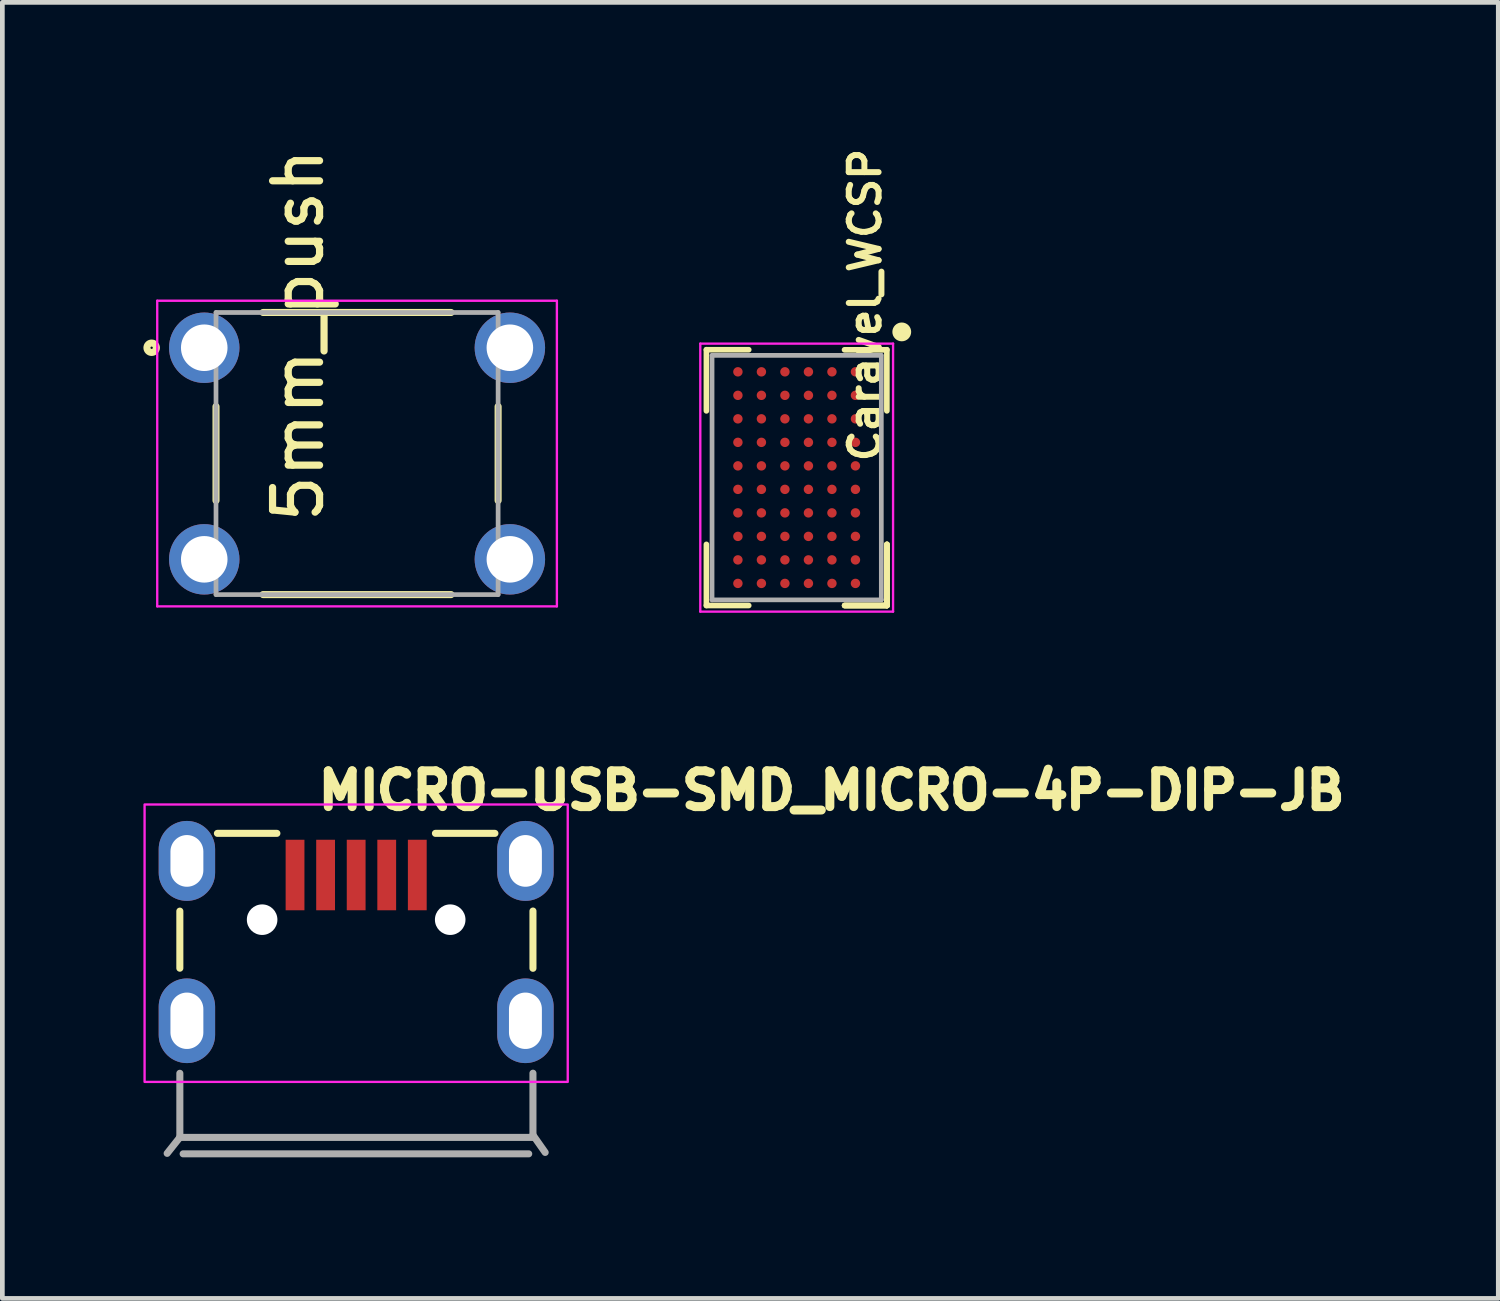
<source format=kicad_pcb>
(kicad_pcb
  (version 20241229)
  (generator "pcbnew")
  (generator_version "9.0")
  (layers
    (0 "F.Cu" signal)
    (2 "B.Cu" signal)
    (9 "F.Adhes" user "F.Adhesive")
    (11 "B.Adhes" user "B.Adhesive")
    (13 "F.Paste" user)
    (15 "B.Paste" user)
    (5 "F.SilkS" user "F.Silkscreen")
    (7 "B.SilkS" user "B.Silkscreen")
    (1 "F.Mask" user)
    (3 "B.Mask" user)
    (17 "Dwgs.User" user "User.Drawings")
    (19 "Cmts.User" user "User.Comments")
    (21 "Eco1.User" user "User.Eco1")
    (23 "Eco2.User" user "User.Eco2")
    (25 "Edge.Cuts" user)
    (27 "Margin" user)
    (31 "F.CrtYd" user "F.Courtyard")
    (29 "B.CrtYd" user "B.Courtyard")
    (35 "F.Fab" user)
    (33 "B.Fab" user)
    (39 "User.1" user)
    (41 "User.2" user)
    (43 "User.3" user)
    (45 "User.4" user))
  (footprint "MICRO-USB-SMD_MICRO-4P-DIP-JB"
    (layer "F.Cu")
    (at 4.525 16.96)
    (property "Reference" "MICRO-USB-SMD_MICRO-4P-DIP-JB" (at -0.9 -3.197 0) (unlocked yes) (layer "F.SilkS") (effects (font (size 0.762 0.762) (thickness 0.191)) (justify left)))
    (attr smd)
    (fp_line (start -3.75 -0.632) (end -3.75 0.582) (stroke (width 0.15) (type solid)) (layer "F.SilkS"))
    (fp_line (start -1.686 -2.286) (end -2.951 -2.286) (stroke (width 0.15) (type solid)) (layer "F.SilkS"))
    (fp_line (start 2.951 -2.286) (end 1.686 -2.286) (stroke (width 0.15) (type solid)) (layer "F.SilkS"))
    (fp_line (start 3.76 -0.634) (end 3.76 0.584) (stroke (width 0.15) (type solid)) (layer "F.SilkS"))
    (fp_poly (pts (xy -1.1 -0.65) (xy -1.1 -2.15) (xy -1.5 -2.15) (xy -1.5 -0.65)) (stroke (width 0.15) (type solid)) (fill yes) (layer "F.Paste"))
    (fp_poly (pts (xy -0.85 -2.15) (xy -0.85 -0.65) (xy -0.45 -0.65) (xy -0.45 -2.15)) (stroke (width 0.15) (type solid)) (fill yes) (layer "F.Paste"))
    (fp_poly (pts (xy 0.2 -0.65) (xy 0.2 -2.15) (xy -0.2 -2.15) (xy -0.2 -0.65)) (stroke (width 0.15) (type solid)) (fill yes) (layer "F.Paste"))
    (fp_poly (pts (xy 0.85 -0.65) (xy 0.85 -2.15) (xy 0.45 -2.15) (xy 0.45 -0.65)) (stroke (width 0.15) (type solid)) (fill yes) (layer "F.Paste"))
    (fp_poly (pts (xy 1.5 -0.65) (xy 1.5 -2.15) (xy 1.1 -2.15) (xy 1.1 -0.65)) (stroke (width 0.15) (type solid)) (fill yes) (layer "F.Paste"))
    (fp_circle (center -2 -0.45) (end -1.887 -0.45) (stroke (width 0.15) (type solid)) (fill no) (layer "Cmts.User"))
    (fp_circle (center 2 -0.45) (end 2.113 -0.45) (stroke (width 0.15) (type solid)) (fill no) (layer "Cmts.User"))
    (fp_rect (start -4.5 -2.9) (end 4.5 3) (stroke (width 0.05) (type default)) (fill no) (layer "F.CrtYd"))
    (fp_line (start -3.75 2.817) (end -3.75 4.18) (stroke (width 0.15) (type solid)) (layer "F.Fab"))
    (fp_line (start -3.75 4.18) (end -4.02 4.52) (stroke (width 0.15) (type solid)) (layer "F.Fab"))
    (fp_line (start -3.75 4.18) (end 3.76 4.18) (stroke (width 0.15) (type solid)) (layer "F.Fab"))
    (fp_line (start -3.68 4.53) (end 3.67 4.53) (stroke (width 0.15) (type solid)) (layer "F.Fab"))
    (fp_line (start 3.76 2.815) (end 3.76 4.13) (stroke (width 0.15) (type solid)) (layer "F.Fab"))
    (fp_line (start 3.76 4.13) (end 4.02 4.5) (stroke (width 0.15) (type solid)) (layer "F.Fab"))
    (pad "" np_thru_hole circle (at -2 -0.45) (size 0.65 0.65) (drill 0.65) (layers "*.Cu" "*.Mask"))
    (pad "" np_thru_hole circle (at 2 -0.45) (size 0.65 0.65) (drill 0.65) (layers "*.Cu" "*.Mask"))
    (pad "1" smd rect (at -1.3 -1.4 180) (size 0.4 1.5) (layers "F.Cu" "F.Mask" "F.Paste"))
    (pad "2" smd rect (at -0.65 -1.4 180) (size 0.4 1.5) (layers "F.Cu" "F.Mask" "F.Paste"))
    (pad "3" smd rect (at 0 -1.4 180) (size 0.4 1.5) (layers "F.Cu" "F.Mask" "F.Paste"))
    (pad "4" smd rect (at 0.65 -1.4 180) (size 0.4 1.5) (layers "F.Cu" "F.Mask" "F.Paste"))
    (pad "5" smd rect (at 1.3 -1.4 180) (size 0.4 1.5) (layers "F.Cu" "F.Mask" "F.Paste"))
    (pad "6" thru_hole oval (at -3.6 -1.7 180) (size 1.2 1.7) (drill oval 0.7 1.1) (layers "*.Cu" "*.Mask"))
    (pad "6" thru_hole oval (at -3.6 1.7 180) (size 1.2 1.8) (drill oval 0.7 1.2) (layers "*.Cu" "*.Mask"))
    (pad "6" thru_hole oval (at 3.6 -1.7 180) (size 1.2 1.7) (drill oval 0.7 1.1) (layers "*.Cu" "*.Mask"))
    (pad "6" thru_hole oval (at 3.6 1.7 180) (size 1.2 1.8) (drill oval 0.7 1.2) (layers "*.Cu" "*.Mask")))
  (footprint "Caravel_WCSP"
    (layer "F.Cu")
    (at 13.894 7.108)
    (property "Reference" "Caravel_WCSP" (at 1.455 -3.67 270) (layer "F.SilkS") (effects (font (size 0.635 0.635) (thickness 0.127))))
    (attr smd)
    (fp_line (start -1.92 -2.72) (end -1.02 -2.72) (stroke (width 0.12) (type solid)) (layer "F.SilkS"))
    (fp_line (start -1.92 -1.42) (end -1.92 -2.72) (stroke (width 0.12) (type solid)) (layer "F.SilkS"))
    (fp_line (start -1.92 1.42) (end -1.92 2.72) (stroke (width 0.12) (type solid)) (layer "F.SilkS"))
    (fp_line (start -1.92 2.72) (end -1.02 2.72) (stroke (width 0.12) (type solid)) (layer "F.SilkS"))
    (fp_line (start 1.018 -2.718) (end 1.918 -2.718) (stroke (width 0.12) (type solid)) (layer "F.SilkS"))
    (fp_line (start 1.918 -1.42) (end 1.918 -2.72) (stroke (width 0.12) (type solid)) (layer "F.SilkS"))
    (fp_line (start 1.92 1.42) (end 1.92 2.72) (stroke (width 0.12) (type solid)) (layer "F.SilkS"))
    (fp_line (start 1.92 1.42) (end 1.92 2.72) (stroke (width 0.12) (type solid)) (layer "F.SilkS"))
    (fp_line (start 1.92 1.42) (end 1.92 2.72) (stroke (width 0.12) (type solid)) (layer "F.SilkS"))
    (fp_line (start 1.92 2.72) (end 1.02 2.72) (stroke (width 0.12) (type solid)) (layer "F.SilkS"))
    (fp_line (start 1.92 2.72) (end 1.02 2.72) (stroke (width 0.12) (type solid)) (layer "F.SilkS"))
    (fp_line (start 1.92 2.72) (end 1.02 2.72) (stroke (width 0.12) (type solid)) (layer "F.SilkS"))
    (fp_circle (center 2.235 -3.099) (end 2.135 -3.099) (stroke (width 0.2) (type solid)) (fill no) (layer "F.SilkS"))
    (fp_line (start -2.05 -2.85) (end 2.05 -2.85) (stroke (width 0.05) (type solid)) (layer "F.CrtYd"))
    (fp_line (start -2.05 2.85) (end -2.05 -2.85) (stroke (width 0.05) (type solid)) (layer "F.CrtYd"))
    (fp_line (start 2.05 -2.85) (end 2.05 2.85) (stroke (width 0.05) (type solid)) (layer "F.CrtYd"))
    (fp_line (start 2.05 2.85) (end -2.05 2.85) (stroke (width 0.05) (type solid)) (layer "F.CrtYd"))
    (fp_line (start -1.8 -2.6) (end -1.8 2.6) (stroke (width 0.1) (type solid)) (layer "F.Fab"))
    (fp_line (start -1.8 2.6) (end 1.8 2.6) (stroke (width 0.1) (type solid)) (layer "F.Fab"))
    (fp_line (start 1.791 -2.6) (end -1.8 -2.6) (stroke (width 0.1) (type solid)) (layer "F.Fab"))
    (fp_line (start 1.8 2.6) (end 1.8 -2.603) (stroke (width 0.1) (type solid)) (layer "F.Fab"))
    (pad "A1" smd circle (at 1.25 -2.25 270) (size 0.2 0.2) (layers "F.Cu" "F.Mask" "F.Paste"))
    (pad "A2" smd circle (at 1.25 -1.75 270) (size 0.2 0.2) (layers "F.Cu" "F.Mask" "F.Paste"))
    (pad "A3" smd circle (at 1.25 -1.25 270) (size 0.2 0.2) (layers "F.Cu" "F.Mask" "F.Paste"))
    (pad "A4" smd circle (at 1.25 -0.75 270) (size 0.2 0.2) (layers "F.Cu" "F.Mask" "F.Paste"))
    (pad "A5" smd circle (at 1.25 -0.25 270) (size 0.2 0.2) (layers "F.Cu" "F.Mask" "F.Paste"))
    (pad "A6" smd circle (at 1.25 0.25 270) (size 0.2 0.2) (layers "F.Cu" "F.Mask" "F.Paste"))
    (pad "A7" smd circle (at 1.25 0.75 270) (size 0.2 0.2) (layers "F.Cu" "F.Mask" "F.Paste"))
    (pad "A8" smd circle (at 1.25 1.25 270) (size 0.2 0.2) (layers "F.Cu" "F.Mask" "F.Paste"))
    (pad "A9" smd circle (at 1.25 1.75 270) (size 0.2 0.2) (layers "F.Cu" "F.Mask" "F.Paste"))
    (pad "A10" smd circle (at 1.25 2.25 270) (size 0.2 0.2) (layers "F.Cu" "F.Mask" "F.Paste"))
    (pad "B1" smd circle (at 0.75 -2.25 270) (size 0.2 0.2) (layers "F.Cu" "F.Mask" "F.Paste"))
    (pad "B2" smd circle (at 0.75 -1.75 270) (size 0.2 0.2) (layers "F.Cu" "F.Mask" "F.Paste"))
    (pad "B3" smd circle (at 0.75 -1.25 270) (size 0.2 0.2) (layers "F.Cu" "F.Mask" "F.Paste"))
    (pad "B4" smd circle (at 0.75 -0.75 270) (size 0.2 0.2) (layers "F.Cu" "F.Mask" "F.Paste"))
    (pad "B5" smd circle (at 0.75 -0.25 270) (size 0.2 0.2) (layers "F.Cu" "F.Mask" "F.Paste"))
    (pad "B6" smd circle (at 0.75 0.25 270) (size 0.2 0.2) (layers "F.Cu" "F.Mask" "F.Paste"))
    (pad "B7" smd circle (at 0.75 0.75 270) (size 0.2 0.2) (layers "F.Cu" "F.Mask" "F.Paste"))
    (pad "B8" smd circle (at 0.75 1.25 270) (size 0.2 0.2) (layers "F.Cu" "F.Mask" "F.Paste"))
    (pad "B9" smd circle (at 0.75 1.75 270) (size 0.2 0.2) (layers "F.Cu" "F.Mask" "F.Paste"))
    (pad "B10" smd circle (at 0.75 2.25 270) (size 0.2 0.2) (layers "F.Cu" "F.Mask" "F.Paste"))
    (pad "C1" smd circle (at 0.25 -2.25 270) (size 0.2 0.2) (layers "F.Cu" "F.Mask" "F.Paste"))
    (pad "C2" smd circle (at 0.25 -1.75 270) (size 0.2 0.2) (layers "F.Cu" "F.Mask" "F.Paste"))
    (pad "C3" smd circle (at 0.25 -1.25 270) (size 0.2 0.2) (layers "F.Cu" "F.Mask" "F.Paste"))
    (pad "C4" smd circle (at 0.25 -0.75 270) (size 0.2 0.2) (layers "F.Cu" "F.Mask" "F.Paste"))
    (pad "C5" smd circle (at 0.25 -0.25 270) (size 0.2 0.2) (layers "F.Cu" "F.Mask" "F.Paste"))
    (pad "C6" smd circle (at 0.25 0.25 270) (size 0.2 0.2) (layers "F.Cu" "F.Mask" "F.Paste"))
    (pad "C7" smd circle (at 0.25 0.75 270) (size 0.2 0.2) (layers "F.Cu" "F.Mask" "F.Paste"))
    (pad "C8" smd circle (at 0.25 1.25 270) (size 0.2 0.2) (layers "F.Cu" "F.Mask" "F.Paste"))
    (pad "C9" smd circle (at 0.25 1.75 270) (size 0.2 0.2) (layers "F.Cu" "F.Mask" "F.Paste"))
    (pad "C10" smd circle (at 0.25 2.25 270) (size 0.2 0.2) (layers "F.Cu" "F.Mask" "F.Paste"))
    (pad "D1" smd circle (at -0.25 -2.25 270) (size 0.2 0.2) (layers "F.Cu" "F.Mask" "F.Paste"))
    (pad "D2" smd circle (at -0.25 -1.75 270) (size 0.2 0.2) (layers "F.Cu" "F.Mask" "F.Paste"))
    (pad "D3" smd circle (at -0.25 -1.25 270) (size 0.2 0.2) (layers "F.Cu" "F.Mask" "F.Paste"))
    (pad "D4" smd circle (at -0.25 -0.75 270) (size 0.2 0.2) (layers "F.Cu" "F.Mask" "F.Paste"))
    (pad "D5" smd circle (at -0.25 -0.25 270) (size 0.2 0.2) (layers "F.Cu" "F.Mask" "F.Paste"))
    (pad "D6" smd circle (at -0.25 0.25 270) (size 0.2 0.2) (layers "F.Cu" "F.Mask" "F.Paste"))
    (pad "D7" smd circle (at -0.25 0.75 270) (size 0.2 0.2) (layers "F.Cu" "F.Mask" "F.Paste"))
    (pad "D8" smd circle (at -0.25 1.25 270) (size 0.2 0.2) (layers "F.Cu" "F.Mask" "F.Paste"))
    (pad "D9" smd circle (at -0.25 1.75 270) (size 0.2 0.2) (layers "F.Cu" "F.Mask" "F.Paste"))
    (pad "D10" smd circle (at -0.25 2.25 270) (size 0.2 0.2) (layers "F.Cu" "F.Mask" "F.Paste"))
    (pad "E1" smd circle (at -0.75 -2.25 270) (size 0.2 0.2) (layers "F.Cu" "F.Mask" "F.Paste"))
    (pad "E2" smd circle (at -0.75 -1.75 270) (size 0.2 0.2) (layers "F.Cu" "F.Mask" "F.Paste"))
    (pad "E3" smd circle (at -0.75 -1.25 270) (size 0.2 0.2) (layers "F.Cu" "F.Mask" "F.Paste"))
    (pad "E4" smd circle (at -0.75 -0.75 270) (size 0.2 0.2) (layers "F.Cu" "F.Mask" "F.Paste"))
    (pad "E5" smd circle (at -0.75 -0.25 270) (size 0.2 0.2) (layers "F.Cu" "F.Mask" "F.Paste"))
    (pad "E6" smd circle (at -0.75 0.25 270) (size 0.2 0.2) (layers "F.Cu" "F.Mask" "F.Paste"))
    (pad "E7" smd circle (at -0.75 0.75 270) (size 0.2 0.2) (layers "F.Cu" "F.Mask" "F.Paste"))
    (pad "E8" smd circle (at -0.75 1.25 270) (size 0.2 0.2) (layers "F.Cu" "F.Mask" "F.Paste"))
    (pad "E9" smd circle (at -0.75 1.75 270) (size 0.2 0.2) (layers "F.Cu" "F.Mask" "F.Paste"))
    (pad "E10" smd circle (at -0.75 2.25 270) (size 0.2 0.2) (layers "F.Cu" "F.Mask" "F.Paste"))
    (pad "F1" smd circle (at -1.25 -2.25 270) (size 0.2 0.2) (layers "F.Cu" "F.Mask" "F.Paste"))
    (pad "F2" smd circle (at -1.25 -1.75 270) (size 0.2 0.2) (layers "F.Cu" "F.Mask" "F.Paste"))
    (pad "F3" smd circle (at -1.25 -1.25 270) (size 0.2 0.2) (layers "F.Cu" "F.Mask" "F.Paste"))
    (pad "F4" smd circle (at -1.25 -0.75 270) (size 0.2 0.2) (layers "F.Cu" "F.Mask" "F.Paste"))
    (pad "F5" smd circle (at -1.25 -0.25 270) (size 0.2 0.2) (layers "F.Cu" "F.Mask" "F.Paste"))
    (pad "F6" smd circle (at -1.25 0.25 270) (size 0.2 0.2) (layers "F.Cu" "F.Mask" "F.Paste"))
    (pad "F7" smd circle (at -1.25 0.75 270) (size 0.2 0.2) (layers "F.Cu" "F.Mask" "F.Paste"))
    (pad "F8" smd circle (at -1.25 1.25 270) (size 0.2 0.2) (layers "F.Cu" "F.Mask" "F.Paste"))
    (pad "F9" smd circle (at -1.25 1.75 270) (size 0.2 0.2) (layers "F.Cu" "F.Mask" "F.Paste"))
    (pad "F10" smd circle (at -1.25 2.25 270) (size 0.2 0.2) (layers "F.Cu" "F.Mask" "F.Paste")))
  (footprint "5mm_push"
    (layer "F.Cu")
    (at 4.544 6.596)
    (property "Reference" "5mm_push" (at -1.252 -2.515 90) (unlocked yes) (layer "F.SilkS") (effects (font (size 1 1) (thickness 0.153) (bold yes))))
    (attr through_hole)
    (fp_line (start -3 -1) (end -3 1) (stroke (width 0.15) (type solid)) (layer "F.SilkS"))
    (fp_line (start -2 -3) (end 2 -3) (stroke (width 0.15) (type solid)) (layer "F.SilkS"))
    (fp_line (start -2 3) (end 2 3) (stroke (width 0.15) (type solid)) (layer "F.SilkS"))
    (fp_line (start 3 -1) (end 3 1) (stroke (width 0.15) (type solid)) (layer "F.SilkS"))
    (fp_circle (center -4.369 -2.25) (end -4.269 -2.25) (stroke (width 0.15) (type solid)) (fill no) (layer "F.SilkS"))
    (fp_line (start -4.25 -3.25) (end 4.25 -3.25) (stroke (width 0.05) (type solid)) (layer "F.CrtYd"))
    (fp_line (start -4.25 3.25) (end -4.25 -3.25) (stroke (width 0.05) (type solid)) (layer "F.CrtYd"))
    (fp_line (start 4.25 -3.25) (end 4.25 3.25) (stroke (width 0.05) (type solid)) (layer "F.CrtYd"))
    (fp_line (start 4.25 3.25) (end -4.25 3.25) (stroke (width 0.05) (type solid)) (layer "F.CrtYd"))
    (fp_line (start -3 -3) (end 3 -3) (stroke (width 0.1) (type solid)) (layer "F.Fab"))
    (fp_line (start -3 3) (end -3 -3) (stroke (width 0.1) (type solid)) (layer "F.Fab"))
    (fp_line (start 3 -3) (end 3 3) (stroke (width 0.1) (type solid)) (layer "F.Fab"))
    (fp_line (start 3 3) (end -3 3) (stroke (width 0.1) (type solid)) (layer "F.Fab"))
    (pad "1" thru_hole circle (at -3.25 -2.25) (size 1.498 1.498) (drill 0.99) (layers "*.Cu" "*.Mask"))
    (pad "2" thru_hole circle (at 3.25 -2.25) (size 1.498 1.498) (drill 0.99) (layers "*.Cu" "*.Mask"))
    (pad "3" thru_hole circle (at -3.25 2.25) (size 1.498 1.498) (drill 0.99) (layers "*.Cu" "*.Mask"))
    (pad "4" thru_hole circle (at 3.25 2.25) (size 1.498 1.498) (drill 0.99) (layers "*.Cu" "*.Mask")))
  (gr_rect
    (start -3 -3)
    (end 28.816 24.565)
    (stroke (width 0.1) (type default))
    (fill no)
    (layer "Edge.Cuts")))
</source>
